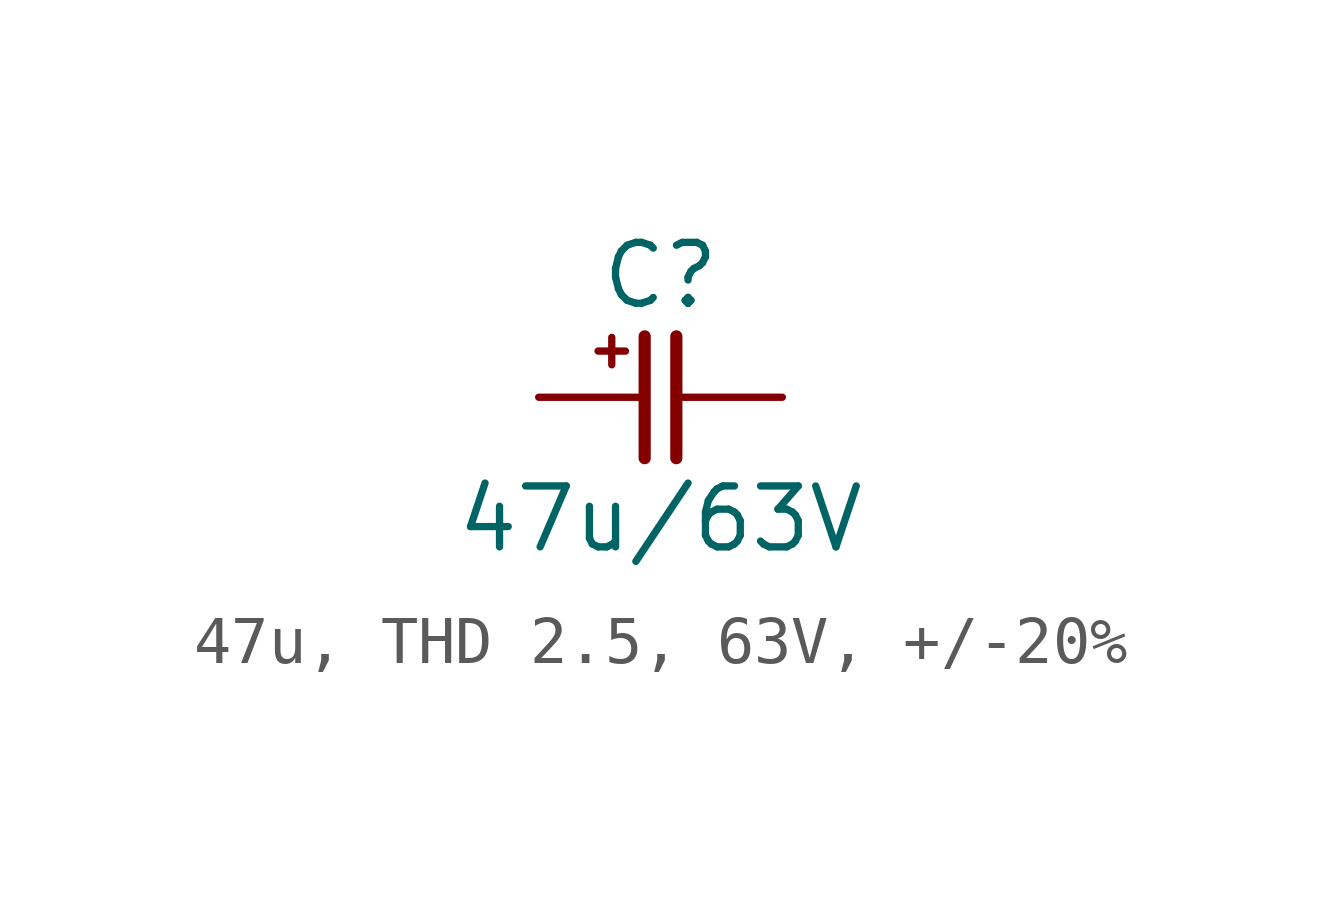
<source format=kicad_sym>
(kicad_symbol_lib
  (version 20241209)
  (generator "kicad_symbol_editor")
  (generator_version "9.0")
  (symbol "47u, THD 2.5, 63V, +/-20%"
    (pin_numbers
      (hide yes))
    (pin_names
      (offset 0)
      (hide yes))
    (property "Reference" "C"
      (at 0 2.54 0)
      (effects (font (size 1.27 1.27))))
    (property "Value" "47u/63V"
      (at 0 -2.54 0)
      (effects (font (size 1.27 1.27))))
    (symbol "47u, THD 2.5, 63V, +/-20%_0_0"
      (text "+" (at -1.016 1.016 0) (effects (font (size 0.75 0.75)))))
    (symbol "47u, THD 2.5, 63V, +/-20%_0_1"
      (polyline (pts (xy -0.33 1.27) (xy -0.33 -1.27)) (stroke (width 0.254) (type default)) (fill (type none)))
      (polyline (pts (xy 0.33 1.27) (xy 0.33 -1.27)) (stroke (width 0.254) (type default)) (fill (type none))))
    (symbol "47u, THD 2.5, 63V, +/-20%_1_1"
      (pin passive line (at -2.54 0 0) (length 2.21) (name "1" (effects (font (size 1.27 1.27)))) (number "1" (effects (font (size 1.27 1.27)))))
      (pin passive line (at 2.54 0 180) (length 2.21) (name "2" (effects (font (size 1.27 1.27)))) (number "2" (effects (font (size 1.27 1.27))))))))
</source>
